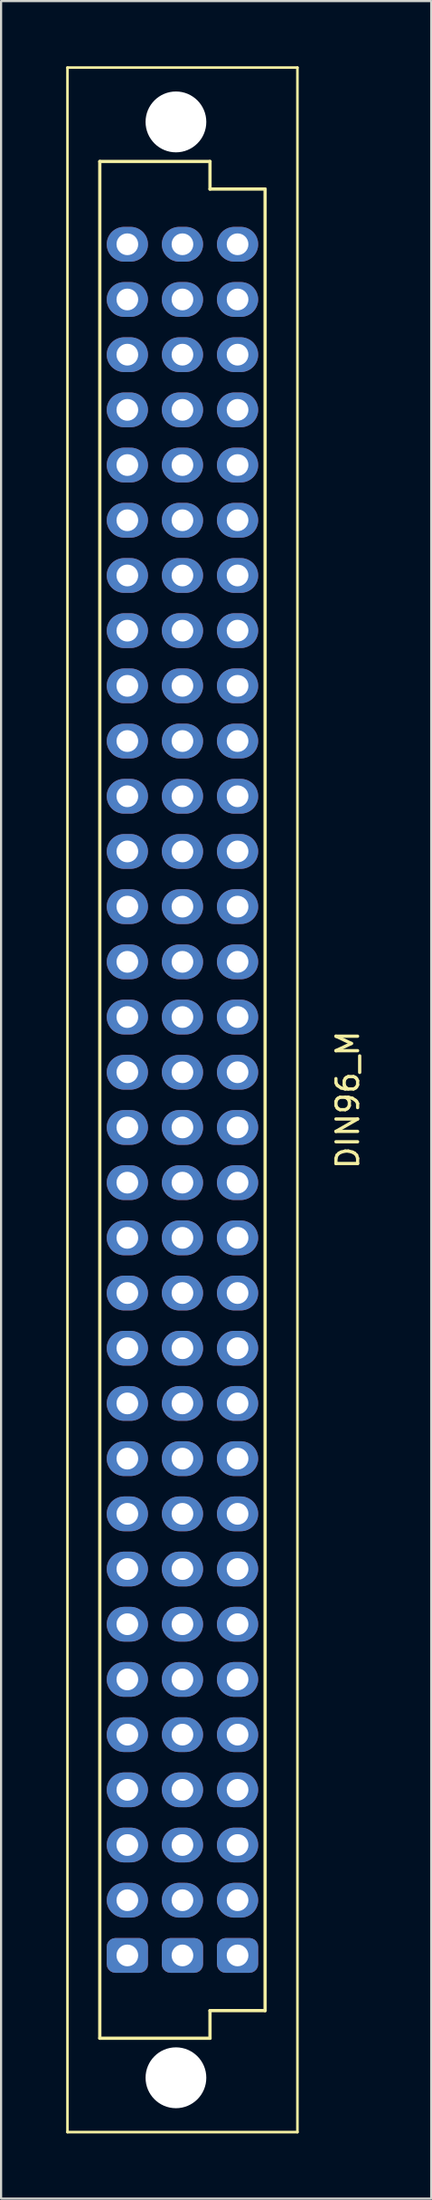
<source format=kicad_pcb>
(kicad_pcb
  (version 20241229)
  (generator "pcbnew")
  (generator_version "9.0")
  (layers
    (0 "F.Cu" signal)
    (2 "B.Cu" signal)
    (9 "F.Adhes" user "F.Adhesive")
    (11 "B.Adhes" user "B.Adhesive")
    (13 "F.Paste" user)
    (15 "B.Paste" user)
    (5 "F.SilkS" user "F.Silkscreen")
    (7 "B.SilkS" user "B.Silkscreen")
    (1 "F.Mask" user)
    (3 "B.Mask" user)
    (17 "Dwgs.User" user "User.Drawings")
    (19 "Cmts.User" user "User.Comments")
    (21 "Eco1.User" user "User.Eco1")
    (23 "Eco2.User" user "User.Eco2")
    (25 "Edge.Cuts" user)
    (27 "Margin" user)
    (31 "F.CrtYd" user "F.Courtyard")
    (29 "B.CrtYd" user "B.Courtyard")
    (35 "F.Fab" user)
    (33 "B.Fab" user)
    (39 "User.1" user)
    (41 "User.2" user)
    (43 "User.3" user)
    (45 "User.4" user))
  (footprint "DIN96_M"
    (layer "F.Cu")
    (at 5.36 47.56)
    (property "Reference" "DIN96_M" (at 7.62 0 90) (layer "F.SilkS") (effects (font (size 1 1) (thickness 0.15))))
    (attr through_hole)
    (fp_line (start -5.3 -47.5) (end -5.3 47.5) (stroke (width 0.12) (type solid)) (layer "F.SilkS"))
    (fp_line (start -5.3 -47.5) (end 5.3 -47.5) (stroke (width 0.12) (type solid)) (layer "F.SilkS"))
    (fp_line (start -5.3 47.5) (end 5.3 47.5) (stroke (width 0.12) (type solid)) (layer "F.SilkS"))
    (fp_line (start -3.81 -43.18) (end 1.27 -43.18) (stroke (width 0.15) (type solid)) (layer "F.SilkS"))
    (fp_line (start -3.81 43.18) (end -3.81 -43.18) (stroke (width 0.15) (type solid)) (layer "F.SilkS"))
    (fp_line (start 1.27 -43.18) (end 1.27 -41.91) (stroke (width 0.15) (type solid)) (layer "F.SilkS"))
    (fp_line (start 1.27 -41.91) (end 3.81 -41.91) (stroke (width 0.15) (type solid)) (layer "F.SilkS"))
    (fp_line (start 1.27 41.91) (end 1.27 43.18) (stroke (width 0.15) (type solid)) (layer "F.SilkS"))
    (fp_line (start 1.27 43.18) (end -3.81 43.18) (stroke (width 0.15) (type solid)) (layer "F.SilkS"))
    (fp_line (start 3.81 -41.91) (end 3.81 41.91) (stroke (width 0.15) (type solid)) (layer "F.SilkS"))
    (fp_line (start 3.81 41.91) (end 1.27 41.91) (stroke (width 0.15) (type solid)) (layer "F.SilkS"))
    (fp_line (start 5.3 -47.5) (end 5.3 47.5) (stroke (width 0.12) (type solid)) (layer "F.SilkS"))
    (pad "" np_thru_hole circle (at -0.3 -45) (size 2.8 2.8) (drill 2.8) (layers "*.Cu" "*.Mask"))
    (pad "" np_thru_hole circle (at -0.3 45) (size 2.8 2.8) (drill 2.8) (layers "*.Cu" "*.Mask"))
    (pad "1A" thru_hole roundrect (at -2.54 39.37 180) (size 1.9 1.6) (drill 1) (layers "*.Cu" "*.Mask") (roundrect_rratio 0.25))
    (pad "1B" thru_hole roundrect (at 0 39.37 180) (size 1.9 1.6) (drill 1) (layers "*.Cu" "*.Mask") (roundrect_rratio 0.25))
    (pad "1C" thru_hole roundrect (at 2.54 39.37 180) (size 1.9 1.6) (drill 1) (layers "*.Cu" "*.Mask") (roundrect_rratio 0.25))
    (pad "2A" thru_hole oval (at -2.54 36.83 180) (size 1.9 1.6) (drill 1) (layers "*.Cu" "*.Mask"))
    (pad "2B" thru_hole oval (at 0 36.83 180) (size 1.9 1.6) (drill 1) (layers "*.Cu" "*.Mask"))
    (pad "2C" thru_hole oval (at 2.54 36.83 180) (size 1.9 1.6) (drill 1) (layers "*.Cu" "*.Mask"))
    (pad "3A" thru_hole oval (at -2.54 34.29 180) (size 1.9 1.6) (drill 1) (layers "*.Cu" "*.Mask"))
    (pad "3B" thru_hole oval (at 0 34.29 180) (size 1.9 1.6) (drill 1) (layers "*.Cu" "*.Mask"))
    (pad "3C" thru_hole oval (at 2.54 34.29 180) (size 1.9 1.6) (drill 1) (layers "*.Cu" "*.Mask"))
    (pad "4A" thru_hole oval (at -2.54 31.75 180) (size 1.9 1.6) (drill 1) (layers "*.Cu" "*.Mask"))
    (pad "4B" thru_hole oval (at 0 31.75 180) (size 1.9 1.6) (drill 1) (layers "*.Cu" "*.Mask"))
    (pad "4C" thru_hole oval (at 2.54 31.75 180) (size 1.9 1.6) (drill 1) (layers "*.Cu" "*.Mask"))
    (pad "5A" thru_hole oval (at -2.54 29.21 180) (size 1.9 1.6) (drill 1) (layers "*.Cu" "*.Mask"))
    (pad "5B" thru_hole oval (at 0 29.21 180) (size 1.9 1.6) (drill 1) (layers "*.Cu" "*.Mask"))
    (pad "5C" thru_hole oval (at 2.54 29.21 180) (size 1.9 1.6) (drill 1) (layers "*.Cu" "*.Mask"))
    (pad "6A" thru_hole oval (at -2.54 26.67 180) (size 1.9 1.6) (drill 1) (layers "*.Cu" "*.Mask"))
    (pad "6B" thru_hole oval (at 0 26.67 180) (size 1.9 1.6) (drill 1) (layers "*.Cu" "*.Mask"))
    (pad "6C" thru_hole oval (at 2.54 26.67 180) (size 1.9 1.6) (drill 1) (layers "*.Cu" "*.Mask"))
    (pad "7A" thru_hole oval (at -2.54 24.13 180) (size 1.9 1.6) (drill 1) (layers "*.Cu" "*.Mask"))
    (pad "7B" thru_hole oval (at 0 24.13 180) (size 1.9 1.6) (drill 1) (layers "*.Cu" "*.Mask"))
    (pad "7C" thru_hole oval (at 2.54 24.13 180) (size 1.9 1.6) (drill 1) (layers "*.Cu" "*.Mask"))
    (pad "8A" thru_hole oval (at -2.54 21.59 180) (size 1.9 1.6) (drill 1) (layers "*.Cu" "*.Mask"))
    (pad "8B" thru_hole oval (at 0 21.59 180) (size 1.9 1.6) (drill 1) (layers "*.Cu" "*.Mask"))
    (pad "8C" thru_hole oval (at 2.54 21.59 180) (size 1.9 1.6) (drill 1) (layers "*.Cu" "*.Mask"))
    (pad "9A" thru_hole oval (at -2.54 19.05 180) (size 1.9 1.6) (drill 1) (layers "*.Cu" "*.Mask"))
    (pad "9B" thru_hole oval (at 0 19.05 180) (size 1.9 1.6) (drill 1) (layers "*.Cu" "*.Mask"))
    (pad "9C" thru_hole oval (at 2.54 19.05 180) (size 1.9 1.6) (drill 1) (layers "*.Cu" "*.Mask"))
    (pad "10A" thru_hole oval (at -2.54 16.51 180) (size 1.9 1.6) (drill 1) (layers "*.Cu" "*.Mask"))
    (pad "10B" thru_hole oval (at 0 16.51 180) (size 1.9 1.6) (drill 1) (layers "*.Cu" "*.Mask"))
    (pad "10C" thru_hole oval (at 2.54 16.51 180) (size 1.9 1.6) (drill 1) (layers "*.Cu" "*.Mask"))
    (pad "11A" thru_hole oval (at -2.54 13.97 180) (size 1.9 1.6) (drill 1) (layers "*.Cu" "*.Mask"))
    (pad "11B" thru_hole oval (at 0 13.97 180) (size 1.9 1.6) (drill 1) (layers "*.Cu" "*.Mask"))
    (pad "11C" thru_hole oval (at 2.54 13.97 180) (size 1.9 1.6) (drill 1) (layers "*.Cu" "*.Mask"))
    (pad "12A" thru_hole oval (at -2.54 11.43 180) (size 1.9 1.6) (drill 1) (layers "*.Cu" "*.Mask"))
    (pad "12B" thru_hole oval (at 0 11.43 180) (size 1.9 1.6) (drill 1) (layers "*.Cu" "*.Mask"))
    (pad "12C" thru_hole oval (at 2.54 11.43 180) (size 1.9 1.6) (drill 1) (layers "*.Cu" "*.Mask"))
    (pad "13A" thru_hole oval (at -2.54 8.89 180) (size 1.9 1.6) (drill 1) (layers "*.Cu" "*.Mask"))
    (pad "13B" thru_hole oval (at 0 8.89 180) (size 1.9 1.6) (drill 1) (layers "*.Cu" "*.Mask"))
    (pad "13C" thru_hole oval (at 2.54 8.89 180) (size 1.9 1.6) (drill 1) (layers "*.Cu" "*.Mask"))
    (pad "14A" thru_hole oval (at -2.54 6.35 180) (size 1.9 1.6) (drill 1) (layers "*.Cu" "*.Mask"))
    (pad "14B" thru_hole oval (at 0 6.35 180) (size 1.9 1.6) (drill 1) (layers "*.Cu" "*.Mask"))
    (pad "14C" thru_hole oval (at 2.54 6.35 180) (size 1.9 1.6) (drill 1) (layers "*.Cu" "*.Mask"))
    (pad "15A" thru_hole oval (at -2.54 3.81 180) (size 1.9 1.6) (drill 1) (layers "*.Cu" "*.Mask"))
    (pad "15B" thru_hole oval (at 0 3.81 180) (size 1.9 1.6) (drill 1) (layers "*.Cu" "*.Mask"))
    (pad "15C" thru_hole oval (at 2.54 3.81 180) (size 1.9 1.6) (drill 1) (layers "*.Cu" "*.Mask"))
    (pad "16A" thru_hole oval (at -2.54 1.27 180) (size 1.9 1.6) (drill 1) (layers "*.Cu" "*.Mask"))
    (pad "16B" thru_hole oval (at 0 1.27 180) (size 1.9 1.6) (drill 1) (layers "*.Cu" "*.Mask"))
    (pad "16C" thru_hole oval (at 2.54 1.27 180) (size 1.9 1.6) (drill 1) (layers "*.Cu" "*.Mask"))
    (pad "17A" thru_hole oval (at -2.54 -1.27 180) (size 1.9 1.6) (drill 1) (layers "*.Cu" "*.Mask"))
    (pad "17B" thru_hole oval (at 0 -1.27 180) (size 1.9 1.6) (drill 1) (layers "*.Cu" "*.Mask"))
    (pad "17C" thru_hole oval (at 2.54 -1.27 180) (size 1.9 1.6) (drill 1) (layers "*.Cu" "*.Mask"))
    (pad "18A" thru_hole oval (at -2.54 -3.81 180) (size 1.9 1.6) (drill 1) (layers "*.Cu" "*.Mask"))
    (pad "18B" thru_hole oval (at 0 -3.81 180) (size 1.9 1.6) (drill 1) (layers "*.Cu" "*.Mask"))
    (pad "18C" thru_hole oval (at 2.54 -3.81 180) (size 1.9 1.6) (drill 1) (layers "*.Cu" "*.Mask"))
    (pad "19A" thru_hole oval (at -2.54 -6.35 180) (size 1.9 1.6) (drill 1) (layers "*.Cu" "*.Mask"))
    (pad "19B" thru_hole oval (at 0 -6.35 180) (size 1.9 1.6) (drill 1) (layers "*.Cu" "*.Mask"))
    (pad "19C" thru_hole oval (at 2.54 -6.35 180) (size 1.9 1.6) (drill 1) (layers "*.Cu" "*.Mask"))
    (pad "20A" thru_hole oval (at -2.54 -8.89 180) (size 1.9 1.6) (drill 1) (layers "*.Cu" "*.Mask"))
    (pad "20B" thru_hole oval (at 0 -8.89 180) (size 1.9 1.6) (drill 1) (layers "*.Cu" "*.Mask"))
    (pad "20C" thru_hole oval (at 2.54 -8.89 180) (size 1.9 1.6) (drill 1) (layers "*.Cu" "*.Mask"))
    (pad "21A" thru_hole oval (at -2.54 -11.43 180) (size 1.9 1.6) (drill 1) (layers "*.Cu" "*.Mask"))
    (pad "21B" thru_hole oval (at 0 -11.43 180) (size 1.9 1.6) (drill 1) (layers "*.Cu" "*.Mask"))
    (pad "21C" thru_hole oval (at 2.54 -11.43 180) (size 1.9 1.6) (drill 1) (layers "*.Cu" "*.Mask"))
    (pad "22A" thru_hole oval (at -2.54 -13.97 180) (size 1.9 1.6) (drill 1) (layers "*.Cu" "*.Mask"))
    (pad "22B" thru_hole oval (at 0 -13.97 180) (size 1.9 1.6) (drill 1) (layers "*.Cu" "*.Mask"))
    (pad "22C" thru_hole oval (at 2.54 -13.97 180) (size 1.9 1.6) (drill 1) (layers "*.Cu" "*.Mask"))
    (pad "23A" thru_hole oval (at -2.54 -16.51 180) (size 1.9 1.6) (drill 1) (layers "*.Cu" "*.Mask"))
    (pad "23B" thru_hole oval (at 0 -16.51 180) (size 1.9 1.6) (drill 1) (layers "*.Cu" "*.Mask"))
    (pad "23C" thru_hole oval (at 2.54 -16.51 180) (size 1.9 1.6) (drill 1) (layers "*.Cu" "*.Mask"))
    (pad "24A" thru_hole oval (at -2.54 -19.05 180) (size 1.9 1.6) (drill 1) (layers "*.Cu" "*.Mask"))
    (pad "24B" thru_hole oval (at 0 -19.05 180) (size 1.9 1.6) (drill 1) (layers "*.Cu" "*.Mask"))
    (pad "24C" thru_hole oval (at 2.54 -19.05 180) (size 1.9 1.6) (drill 1) (layers "*.Cu" "*.Mask"))
    (pad "25A" thru_hole oval (at -2.54 -21.59 180) (size 1.9 1.6) (drill 1) (layers "*.Cu" "*.Mask"))
    (pad "25B" thru_hole oval (at 0 -21.59 180) (size 1.9 1.6) (drill 1) (layers "*.Cu" "*.Mask"))
    (pad "25C" thru_hole oval (at 2.54 -21.59 180) (size 1.9 1.6) (drill 1) (layers "*.Cu" "*.Mask"))
    (pad "26A" thru_hole oval (at -2.54 -24.13 180) (size 1.9 1.6) (drill 1) (layers "*.Cu" "*.Mask"))
    (pad "26B" thru_hole oval (at 0 -24.13 180) (size 1.9 1.6) (drill 1) (layers "*.Cu" "*.Mask"))
    (pad "26C" thru_hole oval (at 2.54 -24.13 180) (size 1.9 1.6) (drill 1) (layers "*.Cu" "*.Mask"))
    (pad "27A" thru_hole oval (at -2.54 -26.67 180) (size 1.9 1.6) (drill 1) (layers "*.Cu" "*.Mask"))
    (pad "27B" thru_hole oval (at 0 -26.67 180) (size 1.9 1.6) (drill 1) (layers "*.Cu" "*.Mask"))
    (pad "27C" thru_hole oval (at 2.54 -26.67 180) (size 1.9 1.6) (drill 1) (layers "*.Cu" "*.Mask"))
    (pad "28A" thru_hole oval (at -2.54 -29.21 180) (size 1.9 1.6) (drill 1) (layers "*.Cu" "*.Mask"))
    (pad "28B" thru_hole oval (at 0 -29.21 180) (size 1.9 1.6) (drill 1) (layers "*.Cu" "*.Mask"))
    (pad "28C" thru_hole oval (at 2.54 -29.21 180) (size 1.9 1.6) (drill 1) (layers "*.Cu" "*.Mask"))
    (pad "29A" thru_hole oval (at -2.54 -31.75 180) (size 1.9 1.6) (drill 1) (layers "*.Cu" "*.Mask"))
    (pad "29B" thru_hole oval (at 0 -31.75 180) (size 1.9 1.6) (drill 1) (layers "*.Cu" "*.Mask"))
    (pad "29C" thru_hole oval (at 2.54 -31.75 180) (size 1.9 1.6) (drill 1) (layers "*.Cu" "*.Mask"))
    (pad "30A" thru_hole oval (at -2.54 -34.29 180) (size 1.9 1.6) (drill 1) (layers "*.Cu" "*.Mask"))
    (pad "30B" thru_hole oval (at 0 -34.29 180) (size 1.9 1.6) (drill 1) (layers "*.Cu" "*.Mask"))
    (pad "30C" thru_hole oval (at 2.54 -34.29 180) (size 1.9 1.6) (drill 1) (layers "*.Cu" "*.Mask"))
    (pad "31A" thru_hole oval (at -2.54 -36.83 180) (size 1.9 1.6) (drill 1) (layers "*.Cu" "*.Mask"))
    (pad "31B" thru_hole oval (at 0 -36.83 180) (size 1.9 1.6) (drill 1) (layers "*.Cu" "*.Mask"))
    (pad "31C" thru_hole oval (at 2.54 -36.83 180) (size 1.9 1.6) (drill 1) (layers "*.Cu" "*.Mask"))
    (pad "32A" thru_hole oval (at -2.54 -39.37 180) (size 1.9 1.6) (drill 1) (layers "*.Cu" "*.Mask"))
    (pad "32B" thru_hole oval (at 0 -39.37 180) (size 1.9 1.6) (drill 1) (layers "*.Cu" "*.Mask"))
    (pad "32C" thru_hole oval (at 2.54 -39.37 180) (size 1.9 1.6) (drill 1) (layers "*.Cu" "*.Mask")))
  (gr_rect
    (start -3 -3)
    (end 16.828 98.12)
    (stroke (width 0.1) (type default))
    (fill no)
    (layer "Edge.Cuts")))
</source>
